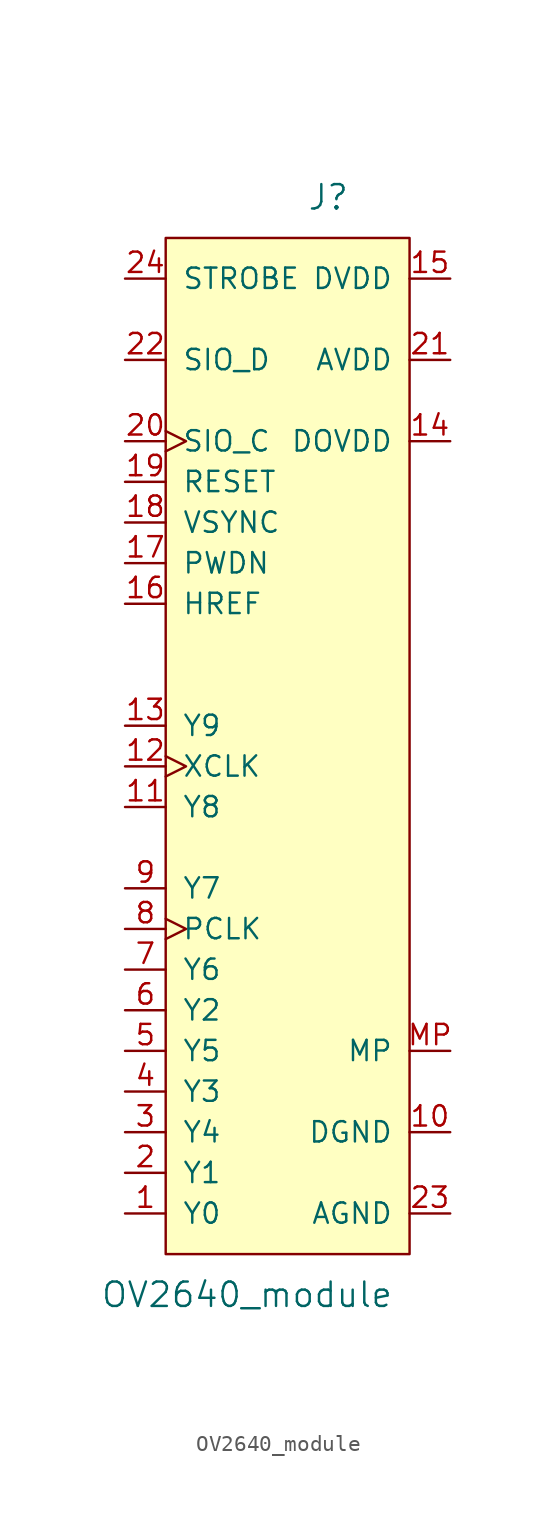
<source format=kicad_sym>
(kicad_symbol_lib
  (version 20220914)
  (generator kicad_symbol_editor)
  (symbol "OV2640_module"
    (pin_names
      (offset 1.016))
    (property "Reference" "J"
      (at 0 33.02 0)
      (effects (font (size 1.524 1.524))))
    (property "Value" "OV2640_module"
      (at -5.08 -35.56 0)
      (effects (font (size 1.524 1.524))))
    (symbol "OV2640_module_0_1"
      (rectangle (start -10.16 30.48) (end 5.08 -33.02) (stroke (width 0) (type solid)) (fill (type background))))
    (symbol "OV2640_module_1_1"
      (pin bidirectional line (at -12.7 -30.48 0) (length 2.54) (name "Y0" (effects (font (size 1.27 1.27)))) (number "1" (effects (font (size 1.27 1.27)))))
      (pin power_in line (at 7.62 -25.4 180) (length 2.54) (name "DGND" (effects (font (size 1.27 1.27)))) (number "10" (effects (font (size 1.27 1.27)))))
      (pin bidirectional line (at -12.7 -5.08 0) (length 2.54) (name "Y8" (effects (font (size 1.27 1.27)))) (number "11" (effects (font (size 1.27 1.27)))))
      (pin input clock (at -12.7 -2.54 0) (length 2.54) (name "XCLK" (effects (font (size 1.27 1.27)))) (number "12" (effects (font (size 1.27 1.27)))))
      (pin output line (at -12.7 0 0) (length 2.54) (name "Y9" (effects (font (size 1.27 1.27)))) (number "13" (effects (font (size 1.27 1.27)))))
      (pin power_in line (at 7.62 17.78 180) (length 2.54) (name "DOVDD" (effects (font (size 1.27 1.27)))) (number "14" (effects (font (size 1.27 1.27)))))
      (pin power_in line (at 7.62 27.94 180) (length 2.54) (name "DVDD" (effects (font (size 1.27 1.27)))) (number "15" (effects (font (size 1.27 1.27)))))
      (pin input line (at -12.7 7.62 0) (length 2.54) (name "HREF" (effects (font (size 1.27 1.27)))) (number "16" (effects (font (size 1.27 1.27)))))
      (pin input line (at -12.7 10.16 0) (length 2.54) (name "PWDN" (effects (font (size 1.27 1.27)))) (number "17" (effects (font (size 1.27 1.27)))))
      (pin input line (at -12.7 12.7 0) (length 2.54) (name "VSYNC" (effects (font (size 1.27 1.27)))) (number "18" (effects (font (size 1.27 1.27)))))
      (pin input line (at -12.7 15.24 0) (length 2.54) (name "RESET" (effects (font (size 1.27 1.27)))) (number "19" (effects (font (size 1.27 1.27)))))
      (pin bidirectional line (at -12.7 -27.94 0) (length 2.54) (name "Y1" (effects (font (size 1.27 1.27)))) (number "2" (effects (font (size 1.27 1.27)))))
      (pin input clock (at -12.7 17.78 0) (length 2.54) (name "SIO_C" (effects (font (size 1.27 1.27)))) (number "20" (effects (font (size 1.27 1.27)))))
      (pin power_in line (at 7.62 22.86 180) (length 2.54) (name "AVDD" (effects (font (size 1.27 1.27)))) (number "21" (effects (font (size 1.27 1.27)))))
      (pin bidirectional line (at -12.7 22.86 0) (length 2.54) (name "SIO_D" (effects (font (size 1.27 1.27)))) (number "22" (effects (font (size 1.27 1.27)))))
      (pin power_in line (at 7.62 -30.48 180) (length 2.54) (name "AGND" (effects (font (size 1.27 1.27)))) (number "23" (effects (font (size 1.27 1.27)))))
      (pin input line (at -12.7 27.94 0) (length 2.54) (name "STROBE" (effects (font (size 1.27 1.27)))) (number "24" (effects (font (size 1.27 1.27)))))
      (pin bidirectional line (at -12.7 -25.4 0) (length 2.54) (name "Y4" (effects (font (size 1.27 1.27)))) (number "3" (effects (font (size 1.27 1.27)))))
      (pin bidirectional line (at -12.7 -22.86 0) (length 2.54) (name "Y3" (effects (font (size 1.27 1.27)))) (number "4" (effects (font (size 1.27 1.27)))))
      (pin bidirectional line (at -12.7 -20.32 0) (length 2.54) (name "Y5" (effects (font (size 1.27 1.27)))) (number "5" (effects (font (size 1.27 1.27)))))
      (pin bidirectional line (at -12.7 -17.78 0) (length 2.54) (name "Y2" (effects (font (size 1.27 1.27)))) (number "6" (effects (font (size 1.27 1.27)))))
      (pin bidirectional line (at -12.7 -15.24 0) (length 2.54) (name "Y6" (effects (font (size 1.27 1.27)))) (number "7" (effects (font (size 1.27 1.27)))))
      (pin input clock (at -12.7 -12.7 0) (length 2.54) (name "PCLK" (effects (font (size 1.27 1.27)))) (number "8" (effects (font (size 1.27 1.27)))))
      (pin bidirectional line (at -12.7 -10.16 0) (length 2.54) (name "Y7" (effects (font (size 1.27 1.27)))) (number "9" (effects (font (size 1.27 1.27)))))
      (pin passive line (at 7.62 -20.32 180) (length 2.54) (name "MP" (effects (font (size 1.27 1.27)))) (number "MP" (effects (font (size 1.27 1.27))))))))
</source>
